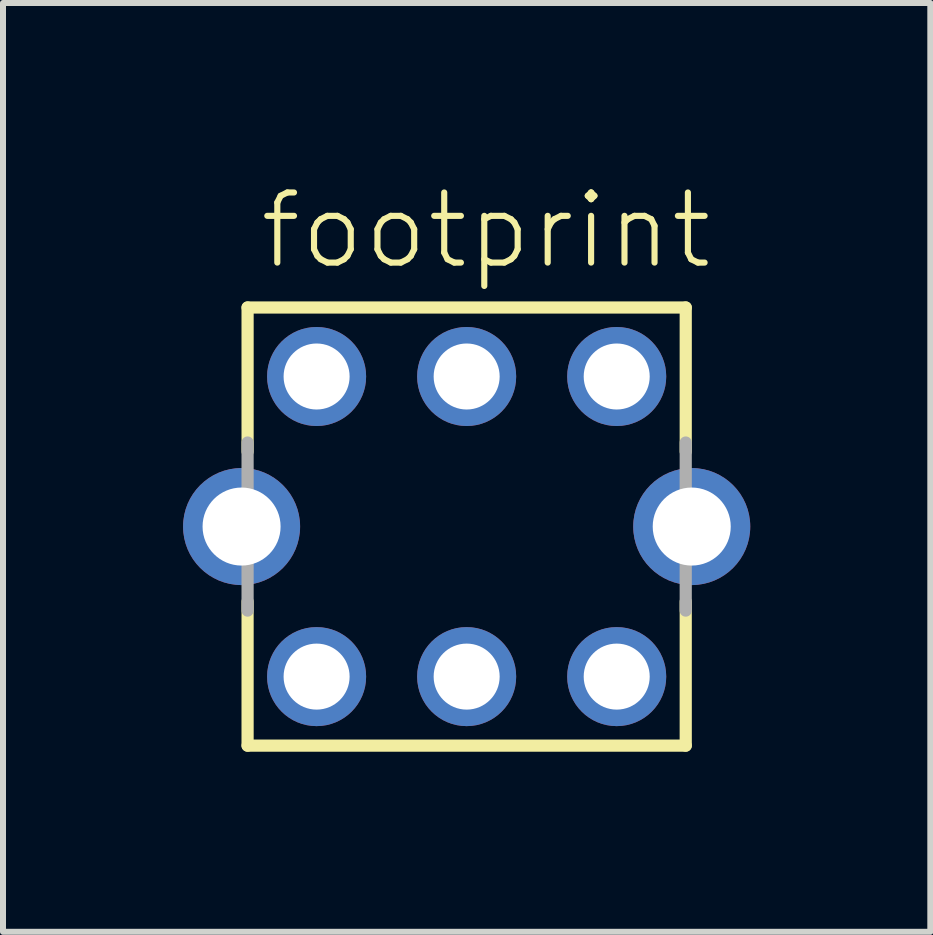
<source format=kicad_pcb>
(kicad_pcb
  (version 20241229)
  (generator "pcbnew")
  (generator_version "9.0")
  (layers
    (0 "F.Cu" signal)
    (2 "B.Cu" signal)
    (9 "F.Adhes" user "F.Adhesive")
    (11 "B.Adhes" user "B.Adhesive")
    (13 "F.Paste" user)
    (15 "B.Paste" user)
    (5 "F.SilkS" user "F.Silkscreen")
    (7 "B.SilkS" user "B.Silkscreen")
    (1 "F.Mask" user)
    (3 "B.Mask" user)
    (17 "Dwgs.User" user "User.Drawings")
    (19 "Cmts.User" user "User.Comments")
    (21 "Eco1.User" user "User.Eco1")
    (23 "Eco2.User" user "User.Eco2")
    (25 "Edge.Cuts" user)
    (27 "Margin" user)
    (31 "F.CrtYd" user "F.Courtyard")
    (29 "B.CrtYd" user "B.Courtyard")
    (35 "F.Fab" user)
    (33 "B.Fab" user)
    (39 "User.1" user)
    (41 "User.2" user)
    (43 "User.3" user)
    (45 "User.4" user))
  (footprint "footprint"
    (layer "F.Cu")
    (at 4.725 5.723)
    (property "Reference" "footprint" (at -3.5 -4.25 0) (layer "F.SilkS") (effects (font (size 1.168 1.168) (thickness 0.102)) (justify left bottom)))
    (fp_line (start -3.65 -3.65) (end 3.65 -3.65) (stroke (width 0.203) (type solid)) (layer "F.SilkS"))
    (fp_line (start -3.65 -1.25) (end -3.65 -3.65) (stroke (width 0.203) (type solid)) (layer "F.SilkS"))
    (fp_line (start -3.65 3.65) (end -3.65 1.25) (stroke (width 0.203) (type solid)) (layer "F.SilkS"))
    (fp_line (start 3.65 -3.65) (end 3.65 -1.25) (stroke (width 0.203) (type solid)) (layer "F.SilkS"))
    (fp_line (start 3.65 1.25) (end 3.65 3.65) (stroke (width 0.203) (type solid)) (layer "F.SilkS"))
    (fp_line (start 3.65 3.65) (end -3.65 3.65) (stroke (width 0.203) (type solid)) (layer "F.SilkS"))
    (fp_line (start -3.65 1.4) (end -3.65 -1.4) (stroke (width 0.203) (type solid)) (layer "F.Fab"))
    (fp_line (start 3.65 -1.4) (end 3.65 1.4) (stroke (width 0.203) (type solid)) (layer "F.Fab"))
    (pad "1" thru_hole circle (at 2.5 2.5) (size 1.65 1.65) (drill 1.1) (layers "*.Cu" "*.Mask"))
    (pad "2" thru_hole circle (at 2.5 -2.5) (size 1.65 1.65) (drill 1.1) (layers "*.Cu" "*.Mask"))
    (pad "3" thru_hole circle (at 0 -2.5) (size 1.65 1.65) (drill 1.1) (layers "*.Cu" "*.Mask"))
    (pad "4" thru_hole circle (at -2.5 -2.5) (size 1.65 1.65) (drill 1.1) (layers "*.Cu" "*.Mask"))
    (pad "5" thru_hole circle (at -2.5 2.5) (size 1.65 1.65) (drill 1.1) (layers "*.Cu" "*.Mask"))
    (pad "6" thru_hole circle (at 0 2.5) (size 1.65 1.65) (drill 1.1) (layers "*.Cu" "*.Mask"))
    (pad "S1" thru_hole circle (at -3.75 0) (size 1.95 1.95) (drill 1.3) (layers "*.Cu" "*.Mask"))
    (pad "S2" thru_hole circle (at 3.75 0) (size 1.95 1.95) (drill 1.3) (layers "*.Cu" "*.Mask")))
  (gr_rect
    (start -3 -3)
    (end 12.45 12.475)
    (stroke (width 0.1) (type default))
    (fill no)
    (layer "Edge.Cuts")))
</source>
